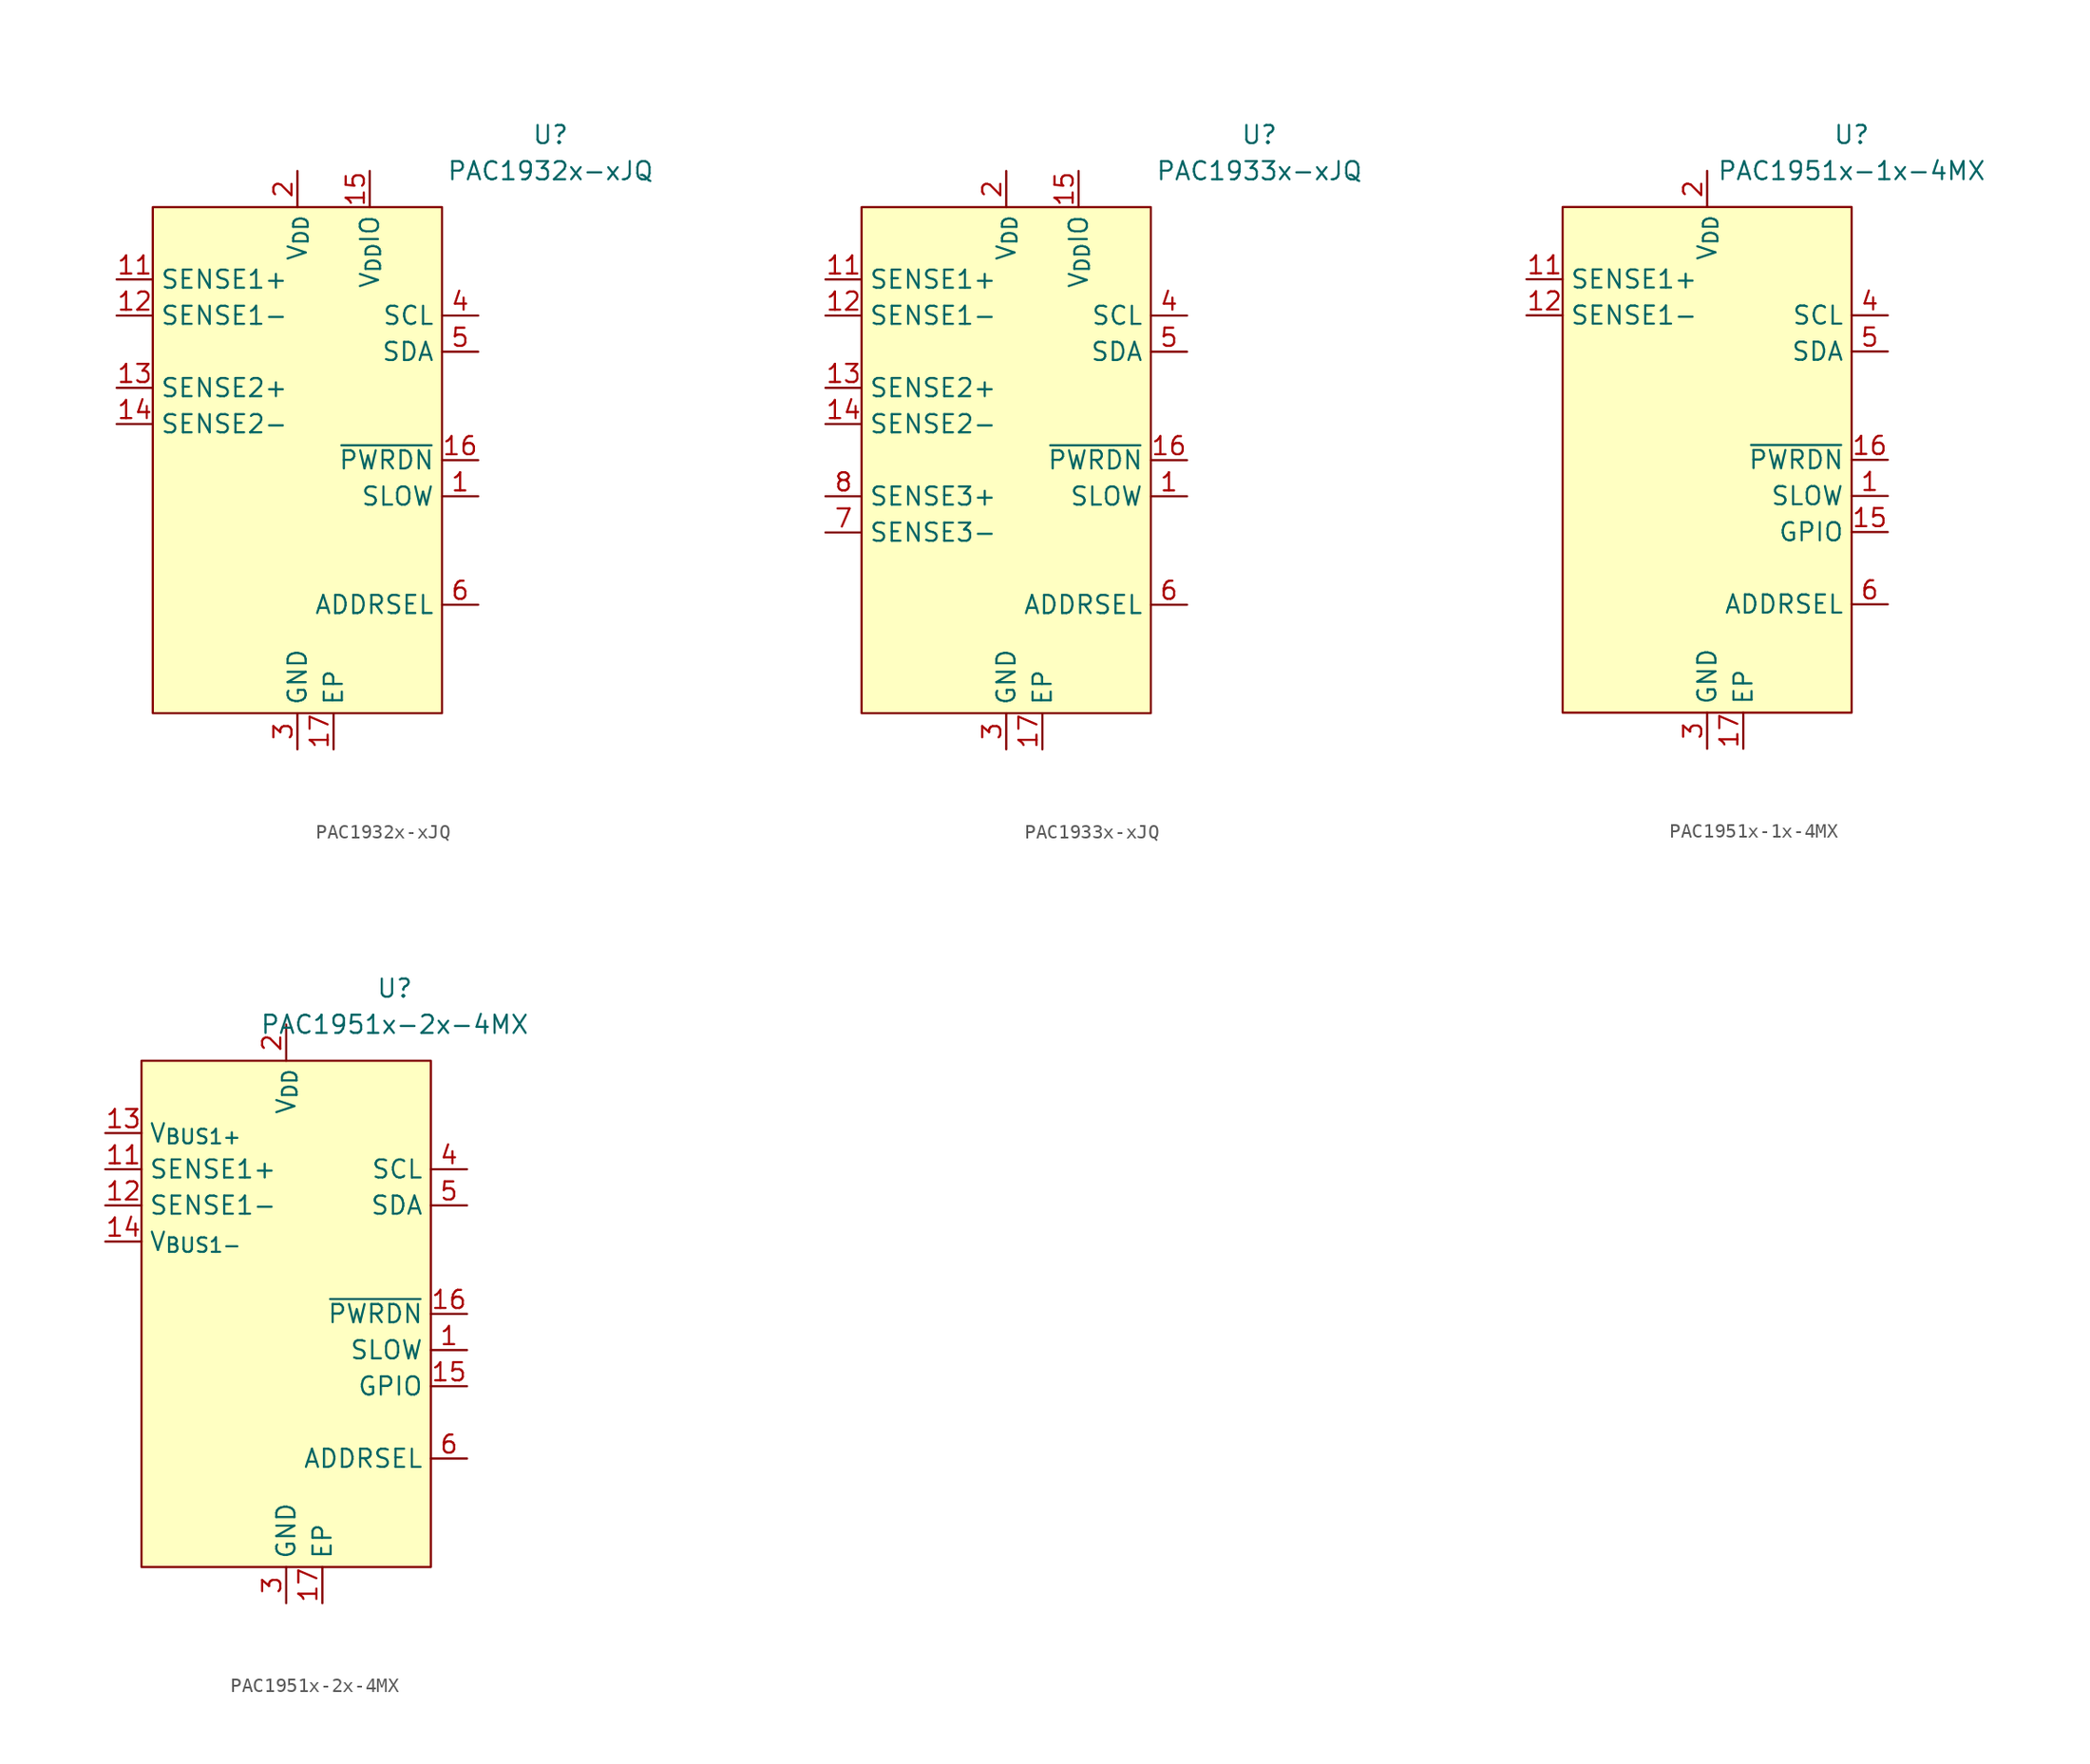
<source format=kicad_sym>
(kicad_symbol_lib
  (version 20231120)
  (generator "kicad_symbol_editor")
  (generator_version "8.0")
  (symbol "PAC1932x-xJQ"
    (property "Reference" "U"
      (at 17.78 22.86 0)
      (effects (font (size 1.27 1.27))))
    (property "Value" "PAC1932x-xJQ"
      (at 17.78 20.32 0)
      (effects (font (size 1.27 1.27))))
    (symbol "PAC1932x-xJQ_0_0"
      (pin input line (at 12.7 -2.54 180) (length 2.54) (name "SLOW" (effects (font (size 1.27 1.27)))) (number "1" (effects (font (size 1.27 1.27)))) (alternate "~{ALERT1}" open_collector line))
      (pin passive line (at 0 -20.32 90) (length 2.54) hide (name "GND" (effects (font (size 1.27 1.27)))) (number "10" (effects (font (size 1.27 1.27)))))
      (pin input line (at -12.7 12.7 0) (length 2.54) (name "SENSE1+" (effects (font (size 1.27 1.27)))) (number "11" (effects (font (size 1.27 1.27)))))
      (pin input line (at -12.7 10.16 0) (length 2.54) (name "SENSE1-" (effects (font (size 1.27 1.27)))) (number "12" (effects (font (size 1.27 1.27)))))
      (pin input line (at -12.7 5.08 0) (length 2.54) (name "SENSE2+" (effects (font (size 1.27 1.27)))) (number "13" (effects (font (size 1.27 1.27)))))
      (pin input line (at -12.7 2.54 0) (length 2.54) (name "SENSE2-" (effects (font (size 1.27 1.27)))) (number "14" (effects (font (size 1.27 1.27)))))
      (pin input line (at 5.08 20.32 270) (length 2.54) (name "V_{DD}IO" (effects (font (size 1.27 1.27)))) (number "15" (effects (font (size 1.27 1.27)))))
      (pin input line (at 12.7 0 180) (length 2.54) (name "~{PWRDN}" (effects (font (size 1.27 1.27)))) (number "16" (effects (font (size 1.27 1.27)))))
      (pin passive line (at 2.54 -20.32 90) (length 2.54) (name "EP" (effects (font (size 1.27 1.27)))) (number "17" (effects (font (size 1.27 1.27)))))
      (pin power_in line (at 0 20.32 270) (length 2.54) (name "V_{DD}" (effects (font (size 1.27 1.27)))) (number "2" (effects (font (size 1.27 1.27)))))
      (pin power_in line (at 0 -20.32 90) (length 2.54) (name "GND" (effects (font (size 1.27 1.27)))) (number "3" (effects (font (size 1.27 1.27)))))
      (pin input line (at 12.7 10.16 180) (length 2.54) (name "SCL" (effects (font (size 1.27 1.27)))) (number "4" (effects (font (size 1.27 1.27)))) (alternate "SM_CLK" input line))
      (pin bidirectional line (at 12.7 7.62 180) (length 2.54) (name "SDA" (effects (font (size 1.27 1.27)))) (number "5" (effects (font (size 1.27 1.27)))) (alternate "SM_DATA" bidirectional line))
      (pin passive line (at 12.7 -10.16 180) (length 2.54) (name "ADDRSEL" (effects (font (size 1.27 1.27)))) (number "6" (effects (font (size 1.27 1.27)))))
      (pin passive line (at 0 -20.32 90) (length 2.54) hide (name "GND" (effects (font (size 1.27 1.27)))) (number "7" (effects (font (size 1.27 1.27)))))
      (pin passive line (at 0 -20.32 90) (length 2.54) hide (name "GND" (effects (font (size 1.27 1.27)))) (number "8" (effects (font (size 1.27 1.27)))))
      (pin passive line (at 0 -20.32 90) (length 2.54) hide (name "GND" (effects (font (size 1.27 1.27)))) (number "9" (effects (font (size 1.27 1.27))))))
    (symbol "PAC1932x-xJQ_0_1"
      (rectangle (start -10.16 17.78) (end 10.16 -17.78) (stroke (width 0) (type default)) (fill (type background)))))
  (symbol "PAC1933x-xJQ"
    (property "Reference" "U"
      (at 17.78 22.86 0)
      (effects (font (size 1.27 1.27))))
    (property "Value" "PAC1933x-xJQ"
      (at 17.78 20.32 0)
      (effects (font (size 1.27 1.27))))
    (symbol "PAC1933x-xJQ_0_0"
      (pin input line (at 12.7 -2.54 180) (length 2.54) (name "SLOW" (effects (font (size 1.27 1.27)))) (number "1" (effects (font (size 1.27 1.27)))) (alternate "~{ALERT1}" open_collector line))
      (pin passive line (at 0 -20.32 90) (length 2.54) hide (name "GND" (effects (font (size 1.27 1.27)))) (number "10" (effects (font (size 1.27 1.27)))))
      (pin input line (at -12.7 12.7 0) (length 2.54) (name "SENSE1+" (effects (font (size 1.27 1.27)))) (number "11" (effects (font (size 1.27 1.27)))))
      (pin input line (at -12.7 10.16 0) (length 2.54) (name "SENSE1-" (effects (font (size 1.27 1.27)))) (number "12" (effects (font (size 1.27 1.27)))))
      (pin input line (at -12.7 5.08 0) (length 2.54) (name "SENSE2+" (effects (font (size 1.27 1.27)))) (number "13" (effects (font (size 1.27 1.27)))))
      (pin input line (at -12.7 2.54 0) (length 2.54) (name "SENSE2-" (effects (font (size 1.27 1.27)))) (number "14" (effects (font (size 1.27 1.27)))))
      (pin input line (at 5.08 20.32 270) (length 2.54) (name "V_{DD}IO" (effects (font (size 1.27 1.27)))) (number "15" (effects (font (size 1.27 1.27)))))
      (pin input line (at 12.7 0 180) (length 2.54) (name "~{PWRDN}" (effects (font (size 1.27 1.27)))) (number "16" (effects (font (size 1.27 1.27)))))
      (pin passive line (at 2.54 -20.32 90) (length 2.54) (name "EP" (effects (font (size 1.27 1.27)))) (number "17" (effects (font (size 1.27 1.27)))))
      (pin power_in line (at 0 20.32 270) (length 2.54) (name "V_{DD}" (effects (font (size 1.27 1.27)))) (number "2" (effects (font (size 1.27 1.27)))))
      (pin power_in line (at 0 -20.32 90) (length 2.54) (name "GND" (effects (font (size 1.27 1.27)))) (number "3" (effects (font (size 1.27 1.27)))))
      (pin input line (at 12.7 10.16 180) (length 2.54) (name "SCL" (effects (font (size 1.27 1.27)))) (number "4" (effects (font (size 1.27 1.27)))) (alternate "SM_CLK" input line))
      (pin bidirectional line (at 12.7 7.62 180) (length 2.54) (name "SDA" (effects (font (size 1.27 1.27)))) (number "5" (effects (font (size 1.27 1.27)))) (alternate "SM_DATA" bidirectional line))
      (pin passive line (at 12.7 -10.16 180) (length 2.54) (name "ADDRSEL" (effects (font (size 1.27 1.27)))) (number "6" (effects (font (size 1.27 1.27)))))
      (pin input line (at -12.7 -5.08 0) (length 2.54) (name "SENSE3-" (effects (font (size 1.27 1.27)))) (number "7" (effects (font (size 1.27 1.27)))))
      (pin input line (at -12.7 -2.54 0) (length 2.54) (name "SENSE3+" (effects (font (size 1.27 1.27)))) (number "8" (effects (font (size 1.27 1.27)))))
      (pin passive line (at 0 -20.32 90) (length 2.54) hide (name "GND" (effects (font (size 1.27 1.27)))) (number "9" (effects (font (size 1.27 1.27))))))
    (symbol "PAC1933x-xJQ_0_1"
      (rectangle (start -10.16 17.78) (end 10.16 -17.78) (stroke (width 0) (type default)) (fill (type background)))))
  (symbol "PAC1951x-1x-4MX"
    (property "Reference" "U"
      (at 10.16 22.86 0)
      (effects (font (size 1.27 1.27))))
    (property "Value" "PAC1951x-1x-4MX"
      (at 10.16 20.32 0)
      (effects (font (size 1.27 1.27))))
    (symbol "PAC1951x-1x-4MX_0_0"
      (pin input line (at 12.7 -2.54 180) (length 2.54) (name "SLOW" (effects (font (size 1.27 1.27)))) (number "1" (effects (font (size 1.27 1.27)))) (alternate "GPIO" bidirectional line) (alternate "~{ALERT1}" open_collector line))
      (pin passive line (at 0 -20.32 90) (length 2.54) hide (name "GND" (effects (font (size 1.27 1.27)))) (number "10" (effects (font (size 1.27 1.27)))))
      (pin input line (at -12.7 12.7 0) (length 2.54) (name "SENSE1+" (effects (font (size 1.27 1.27)))) (number "11" (effects (font (size 1.27 1.27)))))
      (pin input line (at -12.7 10.16 0) (length 2.54) (name "SENSE1-" (effects (font (size 1.27 1.27)))) (number "12" (effects (font (size 1.27 1.27)))))
      (pin passive line (at 0 -20.32 90) (length 2.54) hide (name "GND" (effects (font (size 1.27 1.27)))) (number "13" (effects (font (size 1.27 1.27)))))
      (pin passive line (at 0 -20.32 90) (length 2.54) hide (name "GND" (effects (font (size 1.27 1.27)))) (number "14" (effects (font (size 1.27 1.27)))))
      (pin bidirectional line (at 12.7 -5.08 180) (length 2.54) (name "GPIO" (effects (font (size 1.27 1.27)))) (number "15" (effects (font (size 1.27 1.27)))) (alternate "~{ALERT2}" open_collector line))
      (pin input line (at 12.7 0 180) (length 2.54) (name "~{PWRDN}" (effects (font (size 1.27 1.27)))) (number "16" (effects (font (size 1.27 1.27)))))
      (pin passive line (at 2.54 -20.32 90) (length 2.54) (name "EP" (effects (font (size 1.27 1.27)))) (number "17" (effects (font (size 1.27 1.27)))))
      (pin power_in line (at 0 20.32 270) (length 2.54) (name "V_{DD}" (effects (font (size 1.27 1.27)))) (number "2" (effects (font (size 1.27 1.27)))))
      (pin power_in line (at 0 -20.32 90) (length 2.54) (name "GND" (effects (font (size 1.27 1.27)))) (number "3" (effects (font (size 1.27 1.27)))))
      (pin input line (at 12.7 10.16 180) (length 2.54) (name "SCL" (effects (font (size 1.27 1.27)))) (number "4" (effects (font (size 1.27 1.27)))) (alternate "SM_CLK" input line))
      (pin bidirectional line (at 12.7 7.62 180) (length 2.54) (name "SDA" (effects (font (size 1.27 1.27)))) (number "5" (effects (font (size 1.27 1.27)))) (alternate "SM_DATA" bidirectional line))
      (pin passive line (at 12.7 -10.16 180) (length 2.54) (name "ADDRSEL" (effects (font (size 1.27 1.27)))) (number "6" (effects (font (size 1.27 1.27)))))
      (pin passive line (at 0 -20.32 90) (length 2.54) hide (name "GND" (effects (font (size 1.27 1.27)))) (number "7" (effects (font (size 1.27 1.27)))))
      (pin passive line (at 0 -20.32 90) (length 2.54) hide (name "GND" (effects (font (size 1.27 1.27)))) (number "8" (effects (font (size 1.27 1.27)))))
      (pin passive line (at 0 -20.32 90) (length 2.54) hide (name "GND" (effects (font (size 1.27 1.27)))) (number "9" (effects (font (size 1.27 1.27))))))
    (symbol "PAC1951x-1x-4MX_0_1"
      (rectangle (start -10.16 17.78) (end 10.16 -17.78) (stroke (width 0) (type default)) (fill (type background)))))
  (symbol "PAC1951x-2x-4MX"
    (property "Reference" "U"
      (at 7.62 22.86 0)
      (effects (font (size 1.27 1.27))))
    (property "Value" "PAC1951x-2x-4MX"
      (at 7.62 20.32 0)
      (effects (font (size 1.27 1.27))))
    (symbol "PAC1951x-2x-4MX_0_0"
      (pin input line (at 12.7 -2.54 180) (length 2.54) (name "SLOW" (effects (font (size 1.27 1.27)))) (number "1" (effects (font (size 1.27 1.27)))) (alternate "GPIO" bidirectional line) (alternate "~{ALERT1}" open_collector line))
      (pin passive line (at 0 -20.32 90) (length 2.54) hide (name "GND" (effects (font (size 1.27 1.27)))) (number "10" (effects (font (size 1.27 1.27)))))
      (pin input line (at -12.7 10.16 0) (length 2.54) (name "SENSE1+" (effects (font (size 1.27 1.27)))) (number "11" (effects (font (size 1.27 1.27)))))
      (pin input line (at -12.7 7.62 0) (length 2.54) (name "SENSE1-" (effects (font (size 1.27 1.27)))) (number "12" (effects (font (size 1.27 1.27)))))
      (pin input line (at -12.7 12.7 0) (length 2.54) (name "V_{BUS1+}" (effects (font (size 1.27 1.27)))) (number "13" (effects (font (size 1.27 1.27)))))
      (pin input line (at -12.7 5.08 0) (length 2.54) (name "V_{BUS1-}" (effects (font (size 1.27 1.27)))) (number "14" (effects (font (size 1.27 1.27)))))
      (pin bidirectional line (at 12.7 -5.08 180) (length 2.54) (name "GPIO" (effects (font (size 1.27 1.27)))) (number "15" (effects (font (size 1.27 1.27)))) (alternate "~{ALERT2}" open_collector line))
      (pin input line (at 12.7 0 180) (length 2.54) (name "~{PWRDN}" (effects (font (size 1.27 1.27)))) (number "16" (effects (font (size 1.27 1.27)))))
      (pin passive line (at 2.54 -20.32 90) (length 2.54) (name "EP" (effects (font (size 1.27 1.27)))) (number "17" (effects (font (size 1.27 1.27)))))
      (pin power_in line (at 0 20.32 270) (length 2.54) (name "V_{DD}" (effects (font (size 1.27 1.27)))) (number "2" (effects (font (size 1.27 1.27)))))
      (pin power_in line (at 0 -20.32 90) (length 2.54) (name "GND" (effects (font (size 1.27 1.27)))) (number "3" (effects (font (size 1.27 1.27)))))
      (pin input line (at 12.7 10.16 180) (length 2.54) (name "SCL" (effects (font (size 1.27 1.27)))) (number "4" (effects (font (size 1.27 1.27)))) (alternate "SM_CLK" input line))
      (pin bidirectional line (at 12.7 7.62 180) (length 2.54) (name "SDA" (effects (font (size 1.27 1.27)))) (number "5" (effects (font (size 1.27 1.27)))) (alternate "SM_DATA" bidirectional line))
      (pin passive line (at 12.7 -10.16 180) (length 2.54) (name "ADDRSEL" (effects (font (size 1.27 1.27)))) (number "6" (effects (font (size 1.27 1.27)))))
      (pin passive line (at 0 -20.32 90) (length 2.54) hide (name "GND" (effects (font (size 1.27 1.27)))) (number "7" (effects (font (size 1.27 1.27)))))
      (pin passive line (at 0 -20.32 90) (length 2.54) hide (name "GND" (effects (font (size 1.27 1.27)))) (number "8" (effects (font (size 1.27 1.27)))))
      (pin passive line (at 0 -20.32 90) (length 2.54) hide (name "GND" (effects (font (size 1.27 1.27)))) (number "9" (effects (font (size 1.27 1.27))))))
    (symbol "PAC1951x-2x-4MX_0_1"
      (rectangle (start -10.16 17.78) (end 10.16 -17.78) (stroke (width 0) (type default)) (fill (type background))))))
</source>
